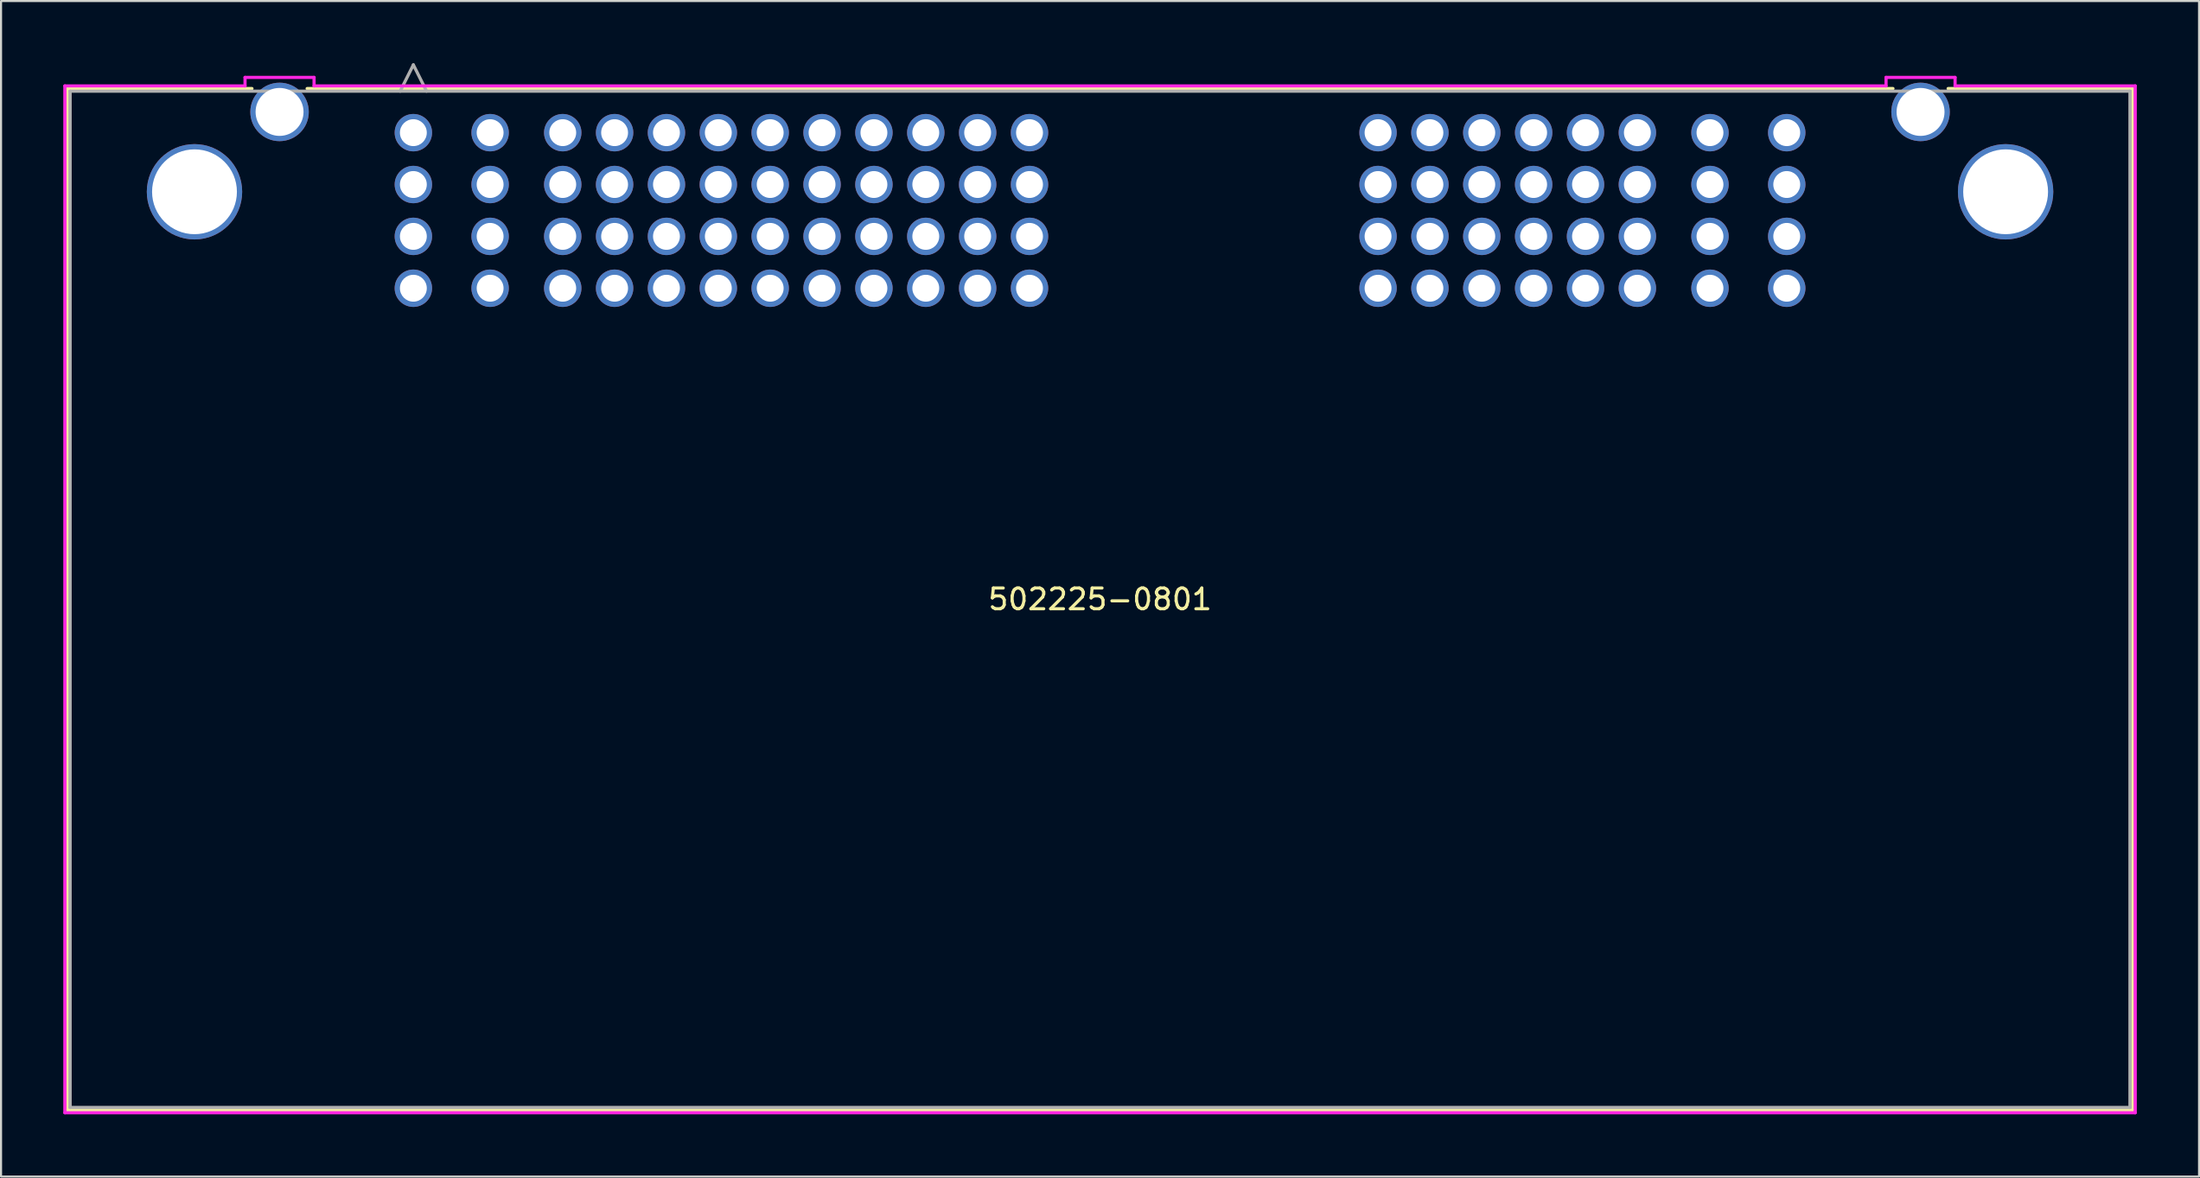
<source format=kicad_pcb>
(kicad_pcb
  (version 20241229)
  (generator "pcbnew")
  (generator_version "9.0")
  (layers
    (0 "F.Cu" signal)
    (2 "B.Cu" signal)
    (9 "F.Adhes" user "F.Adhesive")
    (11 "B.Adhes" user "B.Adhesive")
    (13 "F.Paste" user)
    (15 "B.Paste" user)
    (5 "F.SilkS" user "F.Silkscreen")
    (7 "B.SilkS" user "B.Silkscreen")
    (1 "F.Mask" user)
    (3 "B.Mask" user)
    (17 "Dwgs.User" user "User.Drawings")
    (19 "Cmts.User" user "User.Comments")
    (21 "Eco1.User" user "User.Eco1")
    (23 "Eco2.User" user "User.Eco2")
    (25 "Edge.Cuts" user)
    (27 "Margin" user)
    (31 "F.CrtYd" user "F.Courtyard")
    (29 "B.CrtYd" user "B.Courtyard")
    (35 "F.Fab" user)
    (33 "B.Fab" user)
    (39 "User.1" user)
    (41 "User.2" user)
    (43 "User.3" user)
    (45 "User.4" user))
  (footprint "502225-0801"
    (layer "F.Cu")
    (at 16.875 3.346)
    (property "Reference" "502225-0801" (at 33.1 22.498 0) (layer "F.SilkS") (effects (font (size 1 1) (thickness 0.15))))
    (attr through_hole)
    (fp_line (start -16.671 -2.127) (end -16.671 47.124) (stroke (width 0.152) (type solid)) (layer "F.SilkS"))
    (fp_line (start -16.671 47.124) (end 82.871 47.124) (stroke (width 0.152) (type solid)) (layer "F.SilkS"))
    (fp_line (start -7.779 -2.127) (end -16.671 -2.127) (stroke (width 0.152) (type solid)) (layer "F.SilkS"))
    (fp_line (start 71.321 -2.127) (end -5.121 -2.127) (stroke (width 0.152) (type solid)) (layer "F.SilkS"))
    (fp_line (start 82.871 -2.127) (end 73.979 -2.127) (stroke (width 0.152) (type solid)) (layer "F.SilkS"))
    (fp_line (start 82.871 47.124) (end 82.871 -2.127) (stroke (width 0.152) (type solid)) (layer "F.SilkS"))
    (fp_line (start -16.798 -2.254) (end -16.798 47.251) (stroke (width 0.152) (type solid)) (layer "F.CrtYd"))
    (fp_line (start -16.798 47.251) (end 82.998 47.251) (stroke (width 0.152) (type solid)) (layer "F.CrtYd"))
    (fp_line (start -8.114 -2.664) (end -8.114 -2.254) (stroke (width 0.152) (type solid)) (layer "F.CrtYd"))
    (fp_line (start -8.114 -2.254) (end -16.798 -2.254) (stroke (width 0.152) (type solid)) (layer "F.CrtYd"))
    (fp_line (start -4.786 -2.664) (end -8.114 -2.664) (stroke (width 0.152) (type solid)) (layer "F.CrtYd"))
    (fp_line (start -4.786 -2.254) (end -4.786 -2.664) (stroke (width 0.152) (type solid)) (layer "F.CrtYd"))
    (fp_line (start 70.986 -2.664) (end 70.986 -2.254) (stroke (width 0.152) (type solid)) (layer "F.CrtYd"))
    (fp_line (start 70.986 -2.254) (end -4.786 -2.254) (stroke (width 0.152) (type solid)) (layer "F.CrtYd"))
    (fp_line (start 74.314 -2.664) (end 70.986 -2.664) (stroke (width 0.152) (type solid)) (layer "F.CrtYd"))
    (fp_line (start 74.314 -2.254) (end 74.314 -2.664) (stroke (width 0.152) (type solid)) (layer "F.CrtYd"))
    (fp_line (start 82.998 -2.254) (end 74.314 -2.254) (stroke (width 0.152) (type solid)) (layer "F.CrtYd"))
    (fp_line (start 82.998 47.251) (end 82.998 -2.254) (stroke (width 0.152) (type solid)) (layer "F.CrtYd"))
    (fp_line (start -16.544 -2) (end -16.544 46.997) (stroke (width 0.152) (type solid)) (layer "F.Fab"))
    (fp_line (start -16.544 46.997) (end 82.744 46.997) (stroke (width 0.152) (type solid)) (layer "F.Fab"))
    (fp_line (start -0.635 -2) (end -0.000001 -3.27) (stroke (width 0.152) (type solid)) (layer "F.Fab"))
    (fp_line (start 0.635 -2) (end -0.000001 -3.27) (stroke (width 0.152) (type solid)) (layer "F.Fab"))
    (fp_line (start 82.744 -2) (end -16.544 -2) (stroke (width 0.152) (type solid)) (layer "F.Fab"))
    (fp_line (start 82.744 46.997) (end 82.744 -2) (stroke (width 0.152) (type solid)) (layer "F.Fab"))
    (fp_text user "*" (at 0 0 0) (layer "F.SilkS") (effects (font (size 1 1) (thickness 0.15))))
    (fp_text user "Copyright 2016 Accelerated Designs. All rights reserved." (at 0 0 0) (layer "Cmts.User") (effects (font (size 0.127 0.127) (thickness 0.002))))
    (fp_text user "*" (at 0 0 0) (layer "F.Fab") (effects (font (size 1 1) (thickness 0.15))))
    (pad "1" thru_hole circle (at 0 0) (size 1.803 1.803) (drill 1.295) (layers "*.Cu" "*.Mask"))
    (pad "2" thru_hole circle (at 3.7 0) (size 1.803 1.803) (drill 1.295) (layers "*.Cu" "*.Mask"))
    (pad "3" thru_hole circle (at 7.2 0) (size 1.803 1.803) (drill 1.295) (layers "*.Cu" "*.Mask"))
    (pad "4" thru_hole circle (at 9.7 0) (size 1.803 1.803) (drill 1.295) (layers "*.Cu" "*.Mask"))
    (pad "5" thru_hole circle (at 12.2 0) (size 1.803 1.803) (drill 1.295) (layers "*.Cu" "*.Mask"))
    (pad "6" thru_hole circle (at 14.7 0) (size 1.803 1.803) (drill 1.295) (layers "*.Cu" "*.Mask"))
    (pad "7" thru_hole circle (at 17.2 0) (size 1.803 1.803) (drill 1.295) (layers "*.Cu" "*.Mask"))
    (pad "8" thru_hole circle (at 19.7 0) (size 1.803 1.803) (drill 1.295) (layers "*.Cu" "*.Mask"))
    (pad "9" thru_hole circle (at 22.2 0) (size 1.803 1.803) (drill 1.295) (layers "*.Cu" "*.Mask"))
    (pad "10" thru_hole circle (at 24.7 0) (size 1.803 1.803) (drill 1.295) (layers "*.Cu" "*.Mask"))
    (pad "11" thru_hole circle (at 27.2 0) (size 1.803 1.803) (drill 1.295) (layers "*.Cu" "*.Mask"))
    (pad "12" thru_hole circle (at 29.7 0) (size 1.803 1.803) (drill 1.295) (layers "*.Cu" "*.Mask"))
    (pad "13" thru_hole circle (at 46.5 0) (size 1.803 1.803) (drill 1.295) (layers "*.Cu" "*.Mask"))
    (pad "14" thru_hole circle (at 49 0) (size 1.803 1.803) (drill 1.295) (layers "*.Cu" "*.Mask"))
    (pad "15" thru_hole circle (at 51.5 0) (size 1.803 1.803) (drill 1.295) (layers "*.Cu" "*.Mask"))
    (pad "16" thru_hole circle (at 54 0) (size 1.803 1.803) (drill 1.295) (layers "*.Cu" "*.Mask"))
    (pad "17" thru_hole circle (at 56.5 0) (size 1.803 1.803) (drill 1.295) (layers "*.Cu" "*.Mask"))
    (pad "18" thru_hole circle (at 59 0) (size 1.803 1.803) (drill 1.295) (layers "*.Cu" "*.Mask"))
    (pad "19" thru_hole circle (at 62.5 0) (size 1.803 1.803) (drill 1.295) (layers "*.Cu" "*.Mask"))
    (pad "20" thru_hole circle (at 66.2 0) (size 1.803 1.803) (drill 1.295) (layers "*.Cu" "*.Mask"))
    (pad "21" thru_hole circle (at 0 2.5) (size 1.803 1.803) (drill 1.295) (layers "*.Cu" "*.Mask"))
    (pad "22" thru_hole circle (at 3.7 2.5) (size 1.803 1.803) (drill 1.295) (layers "*.Cu" "*.Mask"))
    (pad "23" thru_hole circle (at 7.2 2.5) (size 1.803 1.803) (drill 1.295) (layers "*.Cu" "*.Mask"))
    (pad "24" thru_hole circle (at 9.7 2.5) (size 1.803 1.803) (drill 1.295) (layers "*.Cu" "*.Mask"))
    (pad "25" thru_hole circle (at 12.2 2.5) (size 1.803 1.803) (drill 1.295) (layers "*.Cu" "*.Mask"))
    (pad "26" thru_hole circle (at 14.7 2.5) (size 1.803 1.803) (drill 1.295) (layers "*.Cu" "*.Mask"))
    (pad "27" thru_hole circle (at 17.2 2.5) (size 1.803 1.803) (drill 1.295) (layers "*.Cu" "*.Mask"))
    (pad "28" thru_hole circle (at 19.7 2.5) (size 1.803 1.803) (drill 1.295) (layers "*.Cu" "*.Mask"))
    (pad "29" thru_hole circle (at 22.2 2.5) (size 1.803 1.803) (drill 1.295) (layers "*.Cu" "*.Mask"))
    (pad "30" thru_hole circle (at 24.7 2.5) (size 1.803 1.803) (drill 1.295) (layers "*.Cu" "*.Mask"))
    (pad "31" thru_hole circle (at 27.2 2.5) (size 1.803 1.803) (drill 1.295) (layers "*.Cu" "*.Mask"))
    (pad "32" thru_hole circle (at 29.7 2.5) (size 1.803 1.803) (drill 1.295) (layers "*.Cu" "*.Mask"))
    (pad "33" thru_hole circle (at 46.5 2.5) (size 1.803 1.803) (drill 1.295) (layers "*.Cu" "*.Mask"))
    (pad "34" thru_hole circle (at 49 2.5) (size 1.803 1.803) (drill 1.295) (layers "*.Cu" "*.Mask"))
    (pad "35" thru_hole circle (at 51.5 2.5) (size 1.803 1.803) (drill 1.295) (layers "*.Cu" "*.Mask"))
    (pad "36" thru_hole circle (at 54 2.5) (size 1.803 1.803) (drill 1.295) (layers "*.Cu" "*.Mask"))
    (pad "37" thru_hole circle (at 56.5 2.5) (size 1.803 1.803) (drill 1.295) (layers "*.Cu" "*.Mask"))
    (pad "38" thru_hole circle (at 59 2.5) (size 1.803 1.803) (drill 1.295) (layers "*.Cu" "*.Mask"))
    (pad "39" thru_hole circle (at 62.5 2.5) (size 1.803 1.803) (drill 1.295) (layers "*.Cu" "*.Mask"))
    (pad "40" thru_hole circle (at 66.2 2.5) (size 1.803 1.803) (drill 1.295) (layers "*.Cu" "*.Mask"))
    (pad "41" thru_hole circle (at 0 5) (size 1.803 1.803) (drill 1.295) (layers "*.Cu" "*.Mask"))
    (pad "42" thru_hole circle (at 3.7 5) (size 1.803 1.803) (drill 1.295) (layers "*.Cu" "*.Mask"))
    (pad "43" thru_hole circle (at 7.2 5) (size 1.803 1.803) (drill 1.295) (layers "*.Cu" "*.Mask"))
    (pad "44" thru_hole circle (at 9.7 5) (size 1.803 1.803) (drill 1.295) (layers "*.Cu" "*.Mask"))
    (pad "45" thru_hole circle (at 12.2 5) (size 1.803 1.803) (drill 1.295) (layers "*.Cu" "*.Mask"))
    (pad "46" thru_hole circle (at 14.7 5) (size 1.803 1.803) (drill 1.295) (layers "*.Cu" "*.Mask"))
    (pad "47" thru_hole circle (at 17.2 5) (size 1.803 1.803) (drill 1.295) (layers "*.Cu" "*.Mask"))
    (pad "48" thru_hole circle (at 19.7 5) (size 1.803 1.803) (drill 1.295) (layers "*.Cu" "*.Mask"))
    (pad "49" thru_hole circle (at 22.2 5) (size 1.803 1.803) (drill 1.295) (layers "*.Cu" "*.Mask"))
    (pad "50" thru_hole circle (at 24.7 5) (size 1.803 1.803) (drill 1.295) (layers "*.Cu" "*.Mask"))
    (pad "51" thru_hole circle (at 27.2 5) (size 1.803 1.803) (drill 1.295) (layers "*.Cu" "*.Mask"))
    (pad "52" thru_hole circle (at 29.7 5) (size 1.803 1.803) (drill 1.295) (layers "*.Cu" "*.Mask"))
    (pad "53" thru_hole circle (at 46.5 5) (size 1.803 1.803) (drill 1.295) (layers "*.Cu" "*.Mask"))
    (pad "54" thru_hole circle (at 49 5) (size 1.803 1.803) (drill 1.295) (layers "*.Cu" "*.Mask"))
    (pad "55" thru_hole circle (at 51.5 5) (size 1.803 1.803) (drill 1.295) (layers "*.Cu" "*.Mask"))
    (pad "56" thru_hole circle (at 54 5) (size 1.803 1.803) (drill 1.295) (layers "*.Cu" "*.Mask"))
    (pad "57" thru_hole circle (at 56.5 5) (size 1.803 1.803) (drill 1.295) (layers "*.Cu" "*.Mask"))
    (pad "58" thru_hole circle (at 59 5) (size 1.803 1.803) (drill 1.295) (layers "*.Cu" "*.Mask"))
    (pad "59" thru_hole circle (at 62.5 5) (size 1.803 1.803) (drill 1.295) (layers "*.Cu" "*.Mask"))
    (pad "60" thru_hole circle (at 66.2 5) (size 1.803 1.803) (drill 1.295) (layers "*.Cu" "*.Mask"))
    (pad "61" thru_hole circle (at 0 7.5) (size 1.803 1.803) (drill 1.295) (layers "*.Cu" "*.Mask"))
    (pad "62" thru_hole circle (at 3.7 7.5) (size 1.803 1.803) (drill 1.295) (layers "*.Cu" "*.Mask"))
    (pad "63" thru_hole circle (at 7.2 7.5) (size 1.803 1.803) (drill 1.295) (layers "*.Cu" "*.Mask"))
    (pad "64" thru_hole circle (at 9.7 7.5) (size 1.803 1.803) (drill 1.295) (layers "*.Cu" "*.Mask"))
    (pad "65" thru_hole circle (at 12.2 7.5) (size 1.803 1.803) (drill 1.295) (layers "*.Cu" "*.Mask"))
    (pad "66" thru_hole circle (at 14.7 7.5) (size 1.803 1.803) (drill 1.295) (layers "*.Cu" "*.Mask"))
    (pad "67" thru_hole circle (at 17.2 7.5) (size 1.803 1.803) (drill 1.295) (layers "*.Cu" "*.Mask"))
    (pad "68" thru_hole circle (at 19.7 7.5) (size 1.803 1.803) (drill 1.295) (layers "*.Cu" "*.Mask"))
    (pad "69" thru_hole circle (at 22.2 7.5) (size 1.803 1.803) (drill 1.295) (layers "*.Cu" "*.Mask"))
    (pad "70" thru_hole circle (at 24.7 7.5) (size 1.803 1.803) (drill 1.295) (layers "*.Cu" "*.Mask"))
    (pad "71" thru_hole circle (at 27.2 7.5) (size 1.803 1.803) (drill 1.295) (layers "*.Cu" "*.Mask"))
    (pad "72" thru_hole circle (at 29.7 7.5) (size 1.803 1.803) (drill 1.295) (layers "*.Cu" "*.Mask"))
    (pad "73" thru_hole circle (at 46.5 7.5) (size 1.803 1.803) (drill 1.295) (layers "*.Cu" "*.Mask"))
    (pad "74" thru_hole circle (at 49 7.5) (size 1.803 1.803) (drill 1.295) (layers "*.Cu" "*.Mask"))
    (pad "75" thru_hole circle (at 51.5 7.5) (size 1.803 1.803) (drill 1.295) (layers "*.Cu" "*.Mask"))
    (pad "76" thru_hole circle (at 54 7.5) (size 1.803 1.803) (drill 1.295) (layers "*.Cu" "*.Mask"))
    (pad "77" thru_hole circle (at 56.5 7.5) (size 1.803 1.803) (drill 1.295) (layers "*.Cu" "*.Mask"))
    (pad "78" thru_hole circle (at 59 7.5) (size 1.803 1.803) (drill 1.295) (layers "*.Cu" "*.Mask"))
    (pad "79" thru_hole circle (at 62.5 7.5) (size 1.803 1.803) (drill 1.295) (layers "*.Cu" "*.Mask"))
    (pad "80" thru_hole circle (at 66.2 7.5) (size 1.803 1.803) (drill 1.295) (layers "*.Cu" "*.Mask"))
    (pad "81" thru_hole circle (at -6.45 -1) (size 2.819 2.819) (drill 2.311) (layers "*.Cu" "*.Mask"))
    (pad "82" thru_hole circle (at 72.65 -1) (size 2.819 2.819) (drill 2.311) (layers "*.Cu" "*.Mask"))
    (pad "83" thru_hole circle (at -10.55 2.85) (size 4.597 4.597) (drill 4.089) (layers "*.Cu" "*.Mask"))
    (pad "84" thru_hole circle (at 76.75 2.85) (size 4.597 4.597) (drill 4.089) (layers "*.Cu" "*.Mask")))
  (gr_rect
    (start -3 -3)
    (end 102.949 53.673)
    (stroke (width 0.1) (type default))
    (fill no)
    (layer "Edge.Cuts")))
</source>
